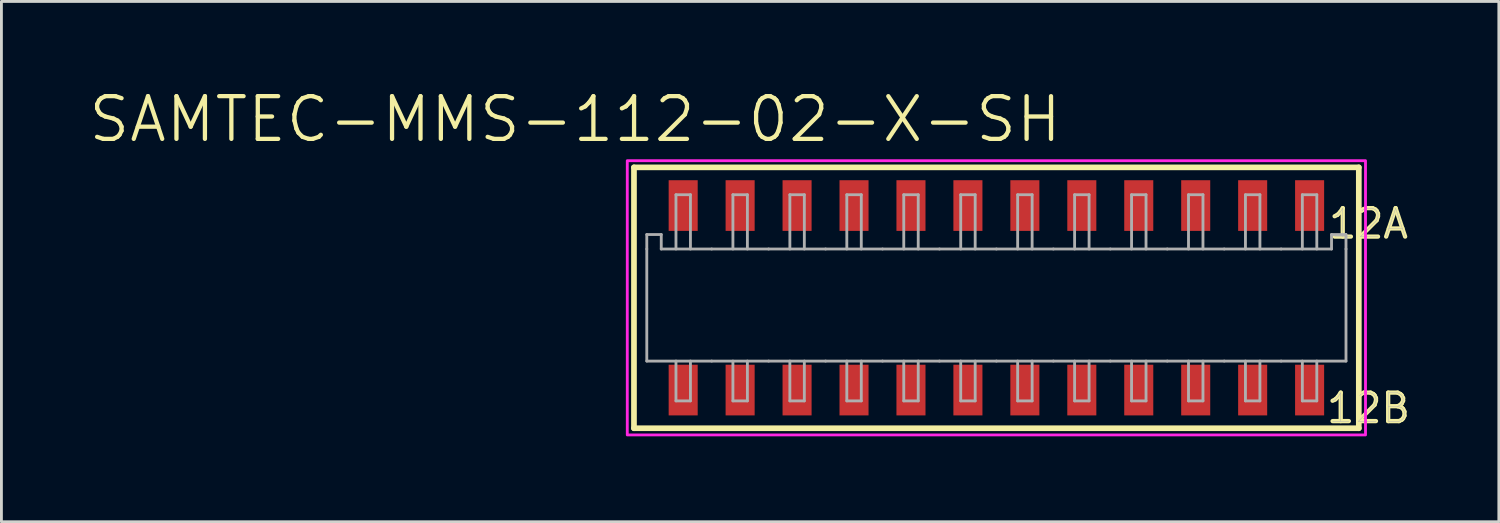
<source format=kicad_pcb>
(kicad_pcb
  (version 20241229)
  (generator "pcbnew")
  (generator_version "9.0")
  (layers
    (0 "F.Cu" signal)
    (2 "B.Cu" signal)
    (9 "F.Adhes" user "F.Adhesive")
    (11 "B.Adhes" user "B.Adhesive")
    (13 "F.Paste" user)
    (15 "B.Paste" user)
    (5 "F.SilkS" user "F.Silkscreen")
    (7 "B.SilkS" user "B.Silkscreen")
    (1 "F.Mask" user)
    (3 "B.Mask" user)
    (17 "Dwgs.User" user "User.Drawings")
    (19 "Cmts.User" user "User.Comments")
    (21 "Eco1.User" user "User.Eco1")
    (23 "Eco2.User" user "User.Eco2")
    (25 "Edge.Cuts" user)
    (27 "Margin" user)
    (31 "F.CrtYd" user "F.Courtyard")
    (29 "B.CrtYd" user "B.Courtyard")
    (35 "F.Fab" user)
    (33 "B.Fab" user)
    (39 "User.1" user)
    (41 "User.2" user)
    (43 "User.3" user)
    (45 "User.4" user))
  (footprint "SAMTEC-MMS-112-02-X-SH"
    (layer "F.Cu")
    (at 31.943 7.409)
    (property "Reference" "SAMTEC-MMS-112-02-X-SH" (at -14.796 -6.268 0) (layer "F.SilkS") (effects (font (size 1.5 1.5) (thickness 0.15))))
    (fp_poly (pts (xy -11.561 -4.181) (xy -10.439 -4.181) (xy -10.439 -2.299) (xy -11.561 -2.299)) (stroke (width 0.01) (type solid)) (fill yes) (layer "F.Mask"))
    (fp_poly (pts (xy -11.561 2.299) (xy -10.439 2.299) (xy -10.439 4.181) (xy -11.561 4.181)) (stroke (width 0.01) (type solid)) (fill yes) (layer "F.Mask"))
    (fp_poly (pts (xy -9.561 -4.181) (xy -8.439 -4.181) (xy -8.439 -2.299) (xy -9.561 -2.299)) (stroke (width 0.01) (type solid)) (fill yes) (layer "F.Mask"))
    (fp_poly (pts (xy -9.561 2.299) (xy -8.439 2.299) (xy -8.439 4.181) (xy -9.561 4.181)) (stroke (width 0.01) (type solid)) (fill yes) (layer "F.Mask"))
    (fp_poly (pts (xy -7.561 -4.181) (xy -6.439 -4.181) (xy -6.439 -2.299) (xy -7.561 -2.299)) (stroke (width 0.01) (type solid)) (fill yes) (layer "F.Mask"))
    (fp_poly (pts (xy -7.561 2.299) (xy -6.439 2.299) (xy -6.439 4.181) (xy -7.561 4.181)) (stroke (width 0.01) (type solid)) (fill yes) (layer "F.Mask"))
    (fp_poly (pts (xy -5.561 -4.181) (xy -4.439 -4.181) (xy -4.439 -2.299) (xy -5.561 -2.299)) (stroke (width 0.01) (type solid)) (fill yes) (layer "F.Mask"))
    (fp_poly (pts (xy -5.561 2.299) (xy -4.439 2.299) (xy -4.439 4.181) (xy -5.561 4.181)) (stroke (width 0.01) (type solid)) (fill yes) (layer "F.Mask"))
    (fp_poly (pts (xy -3.561 -4.181) (xy -2.439 -4.181) (xy -2.439 -2.299) (xy -3.561 -2.299)) (stroke (width 0.01) (type solid)) (fill yes) (layer "F.Mask"))
    (fp_poly (pts (xy -3.561 2.299) (xy -2.439 2.299) (xy -2.439 4.181) (xy -3.561 4.181)) (stroke (width 0.01) (type solid)) (fill yes) (layer "F.Mask"))
    (fp_poly (pts (xy -1.561 -4.181) (xy -0.439 -4.181) (xy -0.439 -2.299) (xy -1.561 -2.299)) (stroke (width 0.01) (type solid)) (fill yes) (layer "F.Mask"))
    (fp_poly (pts (xy -1.561 2.299) (xy -0.439 2.299) (xy -0.439 4.181) (xy -1.561 4.181)) (stroke (width 0.01) (type solid)) (fill yes) (layer "F.Mask"))
    (fp_poly (pts (xy 0.439 -4.181) (xy 1.561 -4.181) (xy 1.561 -2.299) (xy 0.439 -2.299)) (stroke (width 0.01) (type solid)) (fill yes) (layer "F.Mask"))
    (fp_poly (pts (xy 0.439 2.299) (xy 1.561 2.299) (xy 1.561 4.181) (xy 0.439 4.181)) (stroke (width 0.01) (type solid)) (fill yes) (layer "F.Mask"))
    (fp_poly (pts (xy 2.439 -4.181) (xy 3.561 -4.181) (xy 3.561 -2.299) (xy 2.439 -2.299)) (stroke (width 0.01) (type solid)) (fill yes) (layer "F.Mask"))
    (fp_poly (pts (xy 2.439 2.299) (xy 3.561 2.299) (xy 3.561 4.181) (xy 2.439 4.181)) (stroke (width 0.01) (type solid)) (fill yes) (layer "F.Mask"))
    (fp_poly (pts (xy 4.439 -4.181) (xy 5.561 -4.181) (xy 5.561 -2.299) (xy 4.439 -2.299)) (stroke (width 0.01) (type solid)) (fill yes) (layer "F.Mask"))
    (fp_poly (pts (xy 4.439 2.299) (xy 5.561 2.299) (xy 5.561 4.181) (xy 4.439 4.181)) (stroke (width 0.01) (type solid)) (fill yes) (layer "F.Mask"))
    (fp_poly (pts (xy 6.439 -4.181) (xy 7.561 -4.181) (xy 7.561 -2.299) (xy 6.439 -2.299)) (stroke (width 0.01) (type solid)) (fill yes) (layer "F.Mask"))
    (fp_poly (pts (xy 6.439 2.299) (xy 7.561 2.299) (xy 7.561 4.181) (xy 6.439 4.181)) (stroke (width 0.01) (type solid)) (fill yes) (layer "F.Mask"))
    (fp_poly (pts (xy 8.439 -4.181) (xy 9.561 -4.181) (xy 9.561 -2.299) (xy 8.439 -2.299)) (stroke (width 0.01) (type solid)) (fill yes) (layer "F.Mask"))
    (fp_poly (pts (xy 8.439 2.299) (xy 9.561 2.299) (xy 9.561 4.181) (xy 8.439 4.181)) (stroke (width 0.01) (type solid)) (fill yes) (layer "F.Mask"))
    (fp_poly (pts (xy 10.439 -4.181) (xy 11.561 -4.181) (xy 11.561 -2.299) (xy 10.439 -2.299)) (stroke (width 0.01) (type solid)) (fill yes) (layer "F.Mask"))
    (fp_poly (pts (xy 10.439 2.299) (xy 11.561 2.299) (xy 11.561 4.181) (xy 10.439 4.181)) (stroke (width 0.01) (type solid)) (fill yes) (layer "F.Mask"))
    (fp_line (start -12.728 -4.581) (end -12.728 4.581) (stroke (width 0.2) (type solid)) (layer "F.SilkS"))
    (fp_line (start -12.728 4.581) (end 12.728 4.581) (stroke (width 0.2) (type solid)) (layer "F.SilkS"))
    (fp_line (start 12.728 -4.581) (end -12.728 -4.581) (stroke (width 0.2) (type solid)) (layer "F.SilkS"))
    (fp_line (start 12.728 4.581) (end 12.728 -4.581) (stroke (width 0.2) (type solid)) (layer "F.SilkS"))
    (fp_poly (pts (xy -11.51 -4.13) (xy -10.49 -4.13) (xy -10.49 -2.35) (xy -11.51 -2.35)) (stroke (width 0.01) (type solid)) (fill yes) (layer "F.Paste"))
    (fp_poly (pts (xy -11.51 2.35) (xy -10.49 2.35) (xy -10.49 4.13) (xy -11.51 4.13)) (stroke (width 0.01) (type solid)) (fill yes) (layer "F.Paste"))
    (fp_poly (pts (xy -9.51 -4.13) (xy -8.49 -4.13) (xy -8.49 -2.35) (xy -9.51 -2.35)) (stroke (width 0.01) (type solid)) (fill yes) (layer "F.Paste"))
    (fp_poly (pts (xy -9.51 2.35) (xy -8.49 2.35) (xy -8.49 4.13) (xy -9.51 4.13)) (stroke (width 0.01) (type solid)) (fill yes) (layer "F.Paste"))
    (fp_poly (pts (xy -7.51 -4.13) (xy -6.49 -4.13) (xy -6.49 -2.35) (xy -7.51 -2.35)) (stroke (width 0.01) (type solid)) (fill yes) (layer "F.Paste"))
    (fp_poly (pts (xy -7.51 2.35) (xy -6.49 2.35) (xy -6.49 4.13) (xy -7.51 4.13)) (stroke (width 0.01) (type solid)) (fill yes) (layer "F.Paste"))
    (fp_poly (pts (xy -5.51 -4.13) (xy -4.49 -4.13) (xy -4.49 -2.35) (xy -5.51 -2.35)) (stroke (width 0.01) (type solid)) (fill yes) (layer "F.Paste"))
    (fp_poly (pts (xy -5.51 2.35) (xy -4.49 2.35) (xy -4.49 4.13) (xy -5.51 4.13)) (stroke (width 0.01) (type solid)) (fill yes) (layer "F.Paste"))
    (fp_poly (pts (xy -3.51 -4.13) (xy -2.49 -4.13) (xy -2.49 -2.35) (xy -3.51 -2.35)) (stroke (width 0.01) (type solid)) (fill yes) (layer "F.Paste"))
    (fp_poly (pts (xy -3.51 2.35) (xy -2.49 2.35) (xy -2.49 4.13) (xy -3.51 4.13)) (stroke (width 0.01) (type solid)) (fill yes) (layer "F.Paste"))
    (fp_poly (pts (xy -1.51 -4.13) (xy -0.49 -4.13) (xy -0.49 -2.35) (xy -1.51 -2.35)) (stroke (width 0.01) (type solid)) (fill yes) (layer "F.Paste"))
    (fp_poly (pts (xy -1.51 2.35) (xy -0.49 2.35) (xy -0.49 4.13) (xy -1.51 4.13)) (stroke (width 0.01) (type solid)) (fill yes) (layer "F.Paste"))
    (fp_poly (pts (xy 0.49 -4.13) (xy 1.51 -4.13) (xy 1.51 -2.35) (xy 0.49 -2.35)) (stroke (width 0.01) (type solid)) (fill yes) (layer "F.Paste"))
    (fp_poly (pts (xy 0.49 2.35) (xy 1.51 2.35) (xy 1.51 4.13) (xy 0.49 4.13)) (stroke (width 0.01) (type solid)) (fill yes) (layer "F.Paste"))
    (fp_poly (pts (xy 2.49 -4.13) (xy 3.51 -4.13) (xy 3.51 -2.35) (xy 2.49 -2.35)) (stroke (width 0.01) (type solid)) (fill yes) (layer "F.Paste"))
    (fp_poly (pts (xy 2.49 2.35) (xy 3.51 2.35) (xy 3.51 4.13) (xy 2.49 4.13)) (stroke (width 0.01) (type solid)) (fill yes) (layer "F.Paste"))
    (fp_poly (pts (xy 4.49 -4.13) (xy 5.51 -4.13) (xy 5.51 -2.35) (xy 4.49 -2.35)) (stroke (width 0.01) (type solid)) (fill yes) (layer "F.Paste"))
    (fp_poly (pts (xy 4.49 2.35) (xy 5.51 2.35) (xy 5.51 4.13) (xy 4.49 4.13)) (stroke (width 0.01) (type solid)) (fill yes) (layer "F.Paste"))
    (fp_poly (pts (xy 6.49 -4.13) (xy 7.51 -4.13) (xy 7.51 -2.35) (xy 6.49 -2.35)) (stroke (width 0.01) (type solid)) (fill yes) (layer "F.Paste"))
    (fp_poly (pts (xy 6.49 2.35) (xy 7.51 2.35) (xy 7.51 4.13) (xy 6.49 4.13)) (stroke (width 0.01) (type solid)) (fill yes) (layer "F.Paste"))
    (fp_poly (pts (xy 8.49 -4.13) (xy 9.51 -4.13) (xy 9.51 -2.35) (xy 8.49 -2.35)) (stroke (width 0.01) (type solid)) (fill yes) (layer "F.Paste"))
    (fp_poly (pts (xy 8.49 2.35) (xy 9.51 2.35) (xy 9.51 4.13) (xy 8.49 4.13)) (stroke (width 0.01) (type solid)) (fill yes) (layer "F.Paste"))
    (fp_poly (pts (xy 10.49 -4.13) (xy 11.51 -4.13) (xy 11.51 -2.35) (xy 10.49 -2.35)) (stroke (width 0.01) (type solid)) (fill yes) (layer "F.Paste"))
    (fp_poly (pts (xy 10.49 2.35) (xy 11.51 2.35) (xy 11.51 4.13) (xy 10.49 4.13)) (stroke (width 0.01) (type solid)) (fill yes) (layer "F.Paste"))
    (fp_poly (pts (xy -12.963 4.816) (xy -12.963 -4.816) (xy 12.963 -4.816) (xy 12.963 4.816) (xy -12.963 4.816)) (stroke (width 0.1) (type solid)) (fill no) (layer "F.CrtYd"))
    (fp_line (start -12.278 -2.222) (end -11.77 -2.222) (stroke (width 0.1) (type solid)) (layer "F.Fab"))
    (fp_line (start -12.278 -1.714) (end -12.278 -2.222) (stroke (width 0.1) (type solid)) (layer "F.Fab"))
    (fp_line (start -12.278 2.222) (end -12.278 -1.714) (stroke (width 0.1) (type solid)) (layer "F.Fab"))
    (fp_line (start -11.77 -2.222) (end -11.77 -1.714) (stroke (width 0.1) (type solid)) (layer "F.Fab"))
    (fp_line (start -11.77 -1.714) (end -9.999 -1.714) (stroke (width 0.1) (type solid)) (layer "F.Fab"))
    (fp_line (start -11.253 -3.62) (end -10.745 -3.62) (stroke (width 0.1) (type solid)) (layer "F.Fab"))
    (fp_line (start -11.253 -1.714) (end -11.253 -3.62) (stroke (width 0.1) (type solid)) (layer "F.Fab"))
    (fp_line (start -11.253 2.222) (end -11.253 3.62) (stroke (width 0.1) (type solid)) (layer "F.Fab"))
    (fp_line (start -11.253 3.62) (end -10.745 3.62) (stroke (width 0.1) (type solid)) (layer "F.Fab"))
    (fp_line (start -10.745 -3.62) (end -10.745 -1.714) (stroke (width 0.1) (type solid)) (layer "F.Fab"))
    (fp_line (start -10.745 3.62) (end -10.745 2.222) (stroke (width 0.1) (type solid)) (layer "F.Fab"))
    (fp_line (start -9.999 2.222) (end -12.278 2.222) (stroke (width 0.1) (type solid)) (layer "F.Fab"))
    (fp_line (start -9.253 -3.62) (end -8.745 -3.62) (stroke (width 0.1) (type solid)) (layer "F.Fab"))
    (fp_line (start -9.253 -1.714) (end -9.253 -3.62) (stroke (width 0.1) (type solid)) (layer "F.Fab"))
    (fp_line (start -9.253 2.222) (end -9.253 3.62) (stroke (width 0.1) (type solid)) (layer "F.Fab"))
    (fp_line (start -9.253 3.62) (end -8.745 3.62) (stroke (width 0.1) (type solid)) (layer "F.Fab"))
    (fp_line (start -8.745 -3.62) (end -8.745 -1.714) (stroke (width 0.1) (type solid)) (layer "F.Fab"))
    (fp_line (start -8.745 3.62) (end -8.745 2.222) (stroke (width 0.1) (type solid)) (layer "F.Fab"))
    (fp_line (start -7.999 -1.714) (end -9.999 -1.714) (stroke (width 0.1) (type solid)) (layer "F.Fab"))
    (fp_line (start -7.999 2.222) (end -9.999 2.222) (stroke (width 0.1) (type solid)) (layer "F.Fab"))
    (fp_line (start -7.253 -3.62) (end -6.745 -3.62) (stroke (width 0.1) (type solid)) (layer "F.Fab"))
    (fp_line (start -7.253 -1.714) (end -7.253 -3.62) (stroke (width 0.1) (type solid)) (layer "F.Fab"))
    (fp_line (start -7.253 2.222) (end -7.253 3.62) (stroke (width 0.1) (type solid)) (layer "F.Fab"))
    (fp_line (start -7.253 3.62) (end -6.745 3.62) (stroke (width 0.1) (type solid)) (layer "F.Fab"))
    (fp_line (start -6.745 -3.62) (end -6.745 -1.714) (stroke (width 0.1) (type solid)) (layer "F.Fab"))
    (fp_line (start -6.745 3.62) (end -6.745 2.222) (stroke (width 0.1) (type solid)) (layer "F.Fab"))
    (fp_line (start -5.999 -1.714) (end -7.999 -1.714) (stroke (width 0.1) (type solid)) (layer "F.Fab"))
    (fp_line (start -5.999 2.222) (end -7.999 2.222) (stroke (width 0.1) (type solid)) (layer "F.Fab"))
    (fp_line (start -5.253 -3.62) (end -4.745 -3.62) (stroke (width 0.1) (type solid)) (layer "F.Fab"))
    (fp_line (start -5.253 -1.714) (end -5.253 -3.62) (stroke (width 0.1) (type solid)) (layer "F.Fab"))
    (fp_line (start -5.253 2.222) (end -5.253 3.62) (stroke (width 0.1) (type solid)) (layer "F.Fab"))
    (fp_line (start -5.253 3.62) (end -4.745 3.62) (stroke (width 0.1) (type solid)) (layer "F.Fab"))
    (fp_line (start -4.745 -3.62) (end -4.745 -1.714) (stroke (width 0.1) (type solid)) (layer "F.Fab"))
    (fp_line (start -4.745 3.62) (end -4.745 2.222) (stroke (width 0.1) (type solid)) (layer "F.Fab"))
    (fp_line (start -3.999 -1.714) (end -5.999 -1.714) (stroke (width 0.1) (type solid)) (layer "F.Fab"))
    (fp_line (start -3.999 2.222) (end -5.999 2.222) (stroke (width 0.1) (type solid)) (layer "F.Fab"))
    (fp_line (start -3.253 -3.62) (end -2.745 -3.62) (stroke (width 0.1) (type solid)) (layer "F.Fab"))
    (fp_line (start -3.253 -1.714) (end -3.253 -3.62) (stroke (width 0.1) (type solid)) (layer "F.Fab"))
    (fp_line (start -3.253 2.222) (end -3.253 3.62) (stroke (width 0.1) (type solid)) (layer "F.Fab"))
    (fp_line (start -3.253 3.62) (end -2.745 3.62) (stroke (width 0.1) (type solid)) (layer "F.Fab"))
    (fp_line (start -2.745 -3.62) (end -2.745 -1.714) (stroke (width 0.1) (type solid)) (layer "F.Fab"))
    (fp_line (start -2.745 3.62) (end -2.745 2.222) (stroke (width 0.1) (type solid)) (layer "F.Fab"))
    (fp_line (start -1.999 -1.714) (end -3.999 -1.714) (stroke (width 0.1) (type solid)) (layer "F.Fab"))
    (fp_line (start -1.999 2.222) (end -3.999 2.222) (stroke (width 0.1) (type solid)) (layer "F.Fab"))
    (fp_line (start -1.253 -3.62) (end -0.745 -3.62) (stroke (width 0.1) (type solid)) (layer "F.Fab"))
    (fp_line (start -1.253 -1.714) (end -1.253 -3.62) (stroke (width 0.1) (type solid)) (layer "F.Fab"))
    (fp_line (start -1.253 2.222) (end -1.253 3.62) (stroke (width 0.1) (type solid)) (layer "F.Fab"))
    (fp_line (start -1.253 3.62) (end -0.745 3.62) (stroke (width 0.1) (type solid)) (layer "F.Fab"))
    (fp_line (start -0.745 -3.62) (end -0.745 -1.714) (stroke (width 0.1) (type solid)) (layer "F.Fab"))
    (fp_line (start -0.745 3.62) (end -0.745 2.222) (stroke (width 0.1) (type solid)) (layer "F.Fab"))
    (fp_line (start 0.001 -1.714) (end -1.999 -1.714) (stroke (width 0.1) (type solid)) (layer "F.Fab"))
    (fp_line (start 0.001 2.222) (end -1.999 2.222) (stroke (width 0.1) (type solid)) (layer "F.Fab"))
    (fp_line (start 0.747 -3.62) (end 1.255 -3.62) (stroke (width 0.1) (type solid)) (layer "F.Fab"))
    (fp_line (start 0.747 -1.714) (end 0.747 -3.62) (stroke (width 0.1) (type solid)) (layer "F.Fab"))
    (fp_line (start 0.747 2.222) (end 0.747 3.62) (stroke (width 0.1) (type solid)) (layer "F.Fab"))
    (fp_line (start 0.747 3.62) (end 1.255 3.62) (stroke (width 0.1) (type solid)) (layer "F.Fab"))
    (fp_line (start 1.255 -3.62) (end 1.255 -1.714) (stroke (width 0.1) (type solid)) (layer "F.Fab"))
    (fp_line (start 1.255 3.62) (end 1.255 2.222) (stroke (width 0.1) (type solid)) (layer "F.Fab"))
    (fp_line (start 2.001 -1.714) (end 0.001 -1.714) (stroke (width 0.1) (type solid)) (layer "F.Fab"))
    (fp_line (start 2.001 2.222) (end 0.001 2.222) (stroke (width 0.1) (type solid)) (layer "F.Fab"))
    (fp_line (start 2.747 -3.62) (end 3.255 -3.62) (stroke (width 0.1) (type solid)) (layer "F.Fab"))
    (fp_line (start 2.747 -1.714) (end 2.747 -3.62) (stroke (width 0.1) (type solid)) (layer "F.Fab"))
    (fp_line (start 2.747 2.222) (end 2.747 3.62) (stroke (width 0.1) (type solid)) (layer "F.Fab"))
    (fp_line (start 2.747 3.62) (end 3.255 3.62) (stroke (width 0.1) (type solid)) (layer "F.Fab"))
    (fp_line (start 3.255 -3.62) (end 3.255 -1.714) (stroke (width 0.1) (type solid)) (layer "F.Fab"))
    (fp_line (start 3.255 3.62) (end 3.255 2.222) (stroke (width 0.1) (type solid)) (layer "F.Fab"))
    (fp_line (start 4.001 -1.714) (end 2.001 -1.714) (stroke (width 0.1) (type solid)) (layer "F.Fab"))
    (fp_line (start 4.001 2.222) (end 2.001 2.222) (stroke (width 0.1) (type solid)) (layer "F.Fab"))
    (fp_line (start 4.747 -3.62) (end 5.255 -3.62) (stroke (width 0.1) (type solid)) (layer "F.Fab"))
    (fp_line (start 4.747 -1.714) (end 4.747 -3.62) (stroke (width 0.1) (type solid)) (layer "F.Fab"))
    (fp_line (start 4.747 2.222) (end 4.747 3.62) (stroke (width 0.1) (type solid)) (layer "F.Fab"))
    (fp_line (start 4.747 3.62) (end 5.255 3.62) (stroke (width 0.1) (type solid)) (layer "F.Fab"))
    (fp_line (start 5.255 -3.62) (end 5.255 -1.714) (stroke (width 0.1) (type solid)) (layer "F.Fab"))
    (fp_line (start 5.255 3.62) (end 5.255 2.222) (stroke (width 0.1) (type solid)) (layer "F.Fab"))
    (fp_line (start 6.001 -1.714) (end 4.001 -1.714) (stroke (width 0.1) (type solid)) (layer "F.Fab"))
    (fp_line (start 6.001 2.222) (end 4.001 2.222) (stroke (width 0.1) (type solid)) (layer "F.Fab"))
    (fp_line (start 6.747 -3.62) (end 7.255 -3.62) (stroke (width 0.1) (type solid)) (layer "F.Fab"))
    (fp_line (start 6.747 -1.714) (end 6.747 -3.62) (stroke (width 0.1) (type solid)) (layer "F.Fab"))
    (fp_line (start 6.747 2.222) (end 6.747 3.62) (stroke (width 0.1) (type solid)) (layer "F.Fab"))
    (fp_line (start 6.747 3.62) (end 7.255 3.62) (stroke (width 0.1) (type solid)) (layer "F.Fab"))
    (fp_line (start 7.255 -3.62) (end 7.255 -1.714) (stroke (width 0.1) (type solid)) (layer "F.Fab"))
    (fp_line (start 7.255 3.62) (end 7.255 2.222) (stroke (width 0.1) (type solid)) (layer "F.Fab"))
    (fp_line (start 8.001 -1.714) (end 6.001 -1.714) (stroke (width 0.1) (type solid)) (layer "F.Fab"))
    (fp_line (start 8.001 2.222) (end 6.001 2.222) (stroke (width 0.1) (type solid)) (layer "F.Fab"))
    (fp_line (start 8.747 -3.62) (end 9.255 -3.62) (stroke (width 0.1) (type solid)) (layer "F.Fab"))
    (fp_line (start 8.747 -1.714) (end 8.747 -3.62) (stroke (width 0.1) (type solid)) (layer "F.Fab"))
    (fp_line (start 8.747 2.222) (end 8.747 3.62) (stroke (width 0.1) (type solid)) (layer "F.Fab"))
    (fp_line (start 8.747 3.62) (end 9.255 3.62) (stroke (width 0.1) (type solid)) (layer "F.Fab"))
    (fp_line (start 9.255 -3.62) (end 9.255 -1.714) (stroke (width 0.1) (type solid)) (layer "F.Fab"))
    (fp_line (start 9.255 3.62) (end 9.255 2.222) (stroke (width 0.1) (type solid)) (layer "F.Fab"))
    (fp_line (start 9.999 2.222) (end 12.278 2.222) (stroke (width 0.1) (type solid)) (layer "F.Fab"))
    (fp_line (start 10.001 -1.714) (end 8.001 -1.714) (stroke (width 0.1) (type solid)) (layer "F.Fab"))
    (fp_line (start 10.001 2.222) (end 8.001 2.222) (stroke (width 0.1) (type solid)) (layer "F.Fab"))
    (fp_line (start 10.745 -3.62) (end 10.745 -1.714) (stroke (width 0.1) (type solid)) (layer "F.Fab"))
    (fp_line (start 10.745 3.62) (end 10.745 2.222) (stroke (width 0.1) (type solid)) (layer "F.Fab"))
    (fp_line (start 11.253 -3.62) (end 10.745 -3.62) (stroke (width 0.1) (type solid)) (layer "F.Fab"))
    (fp_line (start 11.253 -1.714) (end 11.253 -3.62) (stroke (width 0.1) (type solid)) (layer "F.Fab"))
    (fp_line (start 11.253 2.222) (end 11.253 3.62) (stroke (width 0.1) (type solid)) (layer "F.Fab"))
    (fp_line (start 11.253 3.62) (end 10.745 3.62) (stroke (width 0.1) (type solid)) (layer "F.Fab"))
    (fp_line (start 11.77 -2.222) (end 11.77 -1.714) (stroke (width 0.1) (type solid)) (layer "F.Fab"))
    (fp_line (start 11.77 -1.714) (end 9.999 -1.714) (stroke (width 0.1) (type solid)) (layer "F.Fab"))
    (fp_line (start 12.278 -2.222) (end 11.77 -2.222) (stroke (width 0.1) (type solid)) (layer "F.Fab"))
    (fp_line (start 12.278 -1.714) (end 12.278 -2.222) (stroke (width 0.1) (type solid)) (layer "F.Fab"))
    (fp_line (start 12.278 2.222) (end 12.278 -1.714) (stroke (width 0.1) (type solid)) (layer "F.Fab"))
    (fp_text user "12B" (at 13.069 3.875 0) (layer "F.SilkS") (effects (font (size 1 1) (thickness 0.15))))
    (fp_text user "12A" (at 13.069 -2.605 0) (layer "F.SilkS") (effects (font (size 1 1) (thickness 0.15))))
    (fp_text user "12B" (at 13.069 3.875 0) (layer "F.Fab") (effects (font (size 1 1) (thickness 0.015))))
    (fp_text user "12A" (at 13.069 -2.605 0) (layer "F.Fab") (effects (font (size 1 1) (thickness 0.015))))
    (pad "1A" smd rect (at -11 -3.24) (size 1.02 1.78) (layers "F.Cu" "F.Paste"))
    (pad "1B" smd rect (at -11 3.24) (size 1.02 1.78) (layers "F.Cu" "F.Paste"))
    (pad "2A" smd rect (at -9 -3.24) (size 1.02 1.78) (layers "F.Cu" "F.Paste"))
    (pad "2B" smd rect (at -9 3.24) (size 1.02 1.78) (layers "F.Cu" "F.Paste"))
    (pad "3A" smd rect (at -7 -3.24) (size 1.02 1.78) (layers "F.Cu" "F.Paste"))
    (pad "3B" smd rect (at -7 3.24) (size 1.02 1.78) (layers "F.Cu" "F.Paste"))
    (pad "4A" smd rect (at -5 -3.24) (size 1.02 1.78) (layers "F.Cu" "F.Paste"))
    (pad "4B" smd rect (at -5 3.24) (size 1.02 1.78) (layers "F.Cu" "F.Paste"))
    (pad "5A" smd rect (at -3 -3.24) (size 1.02 1.78) (layers "F.Cu" "F.Paste"))
    (pad "5B" smd rect (at -3 3.24) (size 1.02 1.78) (layers "F.Cu" "F.Paste"))
    (pad "6A" smd rect (at -1 -3.24) (size 1.02 1.78) (layers "F.Cu" "F.Paste"))
    (pad "6B" smd rect (at -1 3.24) (size 1.02 1.78) (layers "F.Cu" "F.Paste"))
    (pad "7A" smd rect (at 1 -3.24) (size 1.02 1.78) (layers "F.Cu" "F.Paste"))
    (pad "7B" smd rect (at 1 3.24) (size 1.02 1.78) (layers "F.Cu" "F.Paste"))
    (pad "8A" smd rect (at 3 -3.24) (size 1.02 1.78) (layers "F.Cu" "F.Paste"))
    (pad "8B" smd rect (at 3 3.24) (size 1.02 1.78) (layers "F.Cu" "F.Paste"))
    (pad "9A" smd rect (at 5 -3.24) (size 1.02 1.78) (layers "F.Cu" "F.Paste"))
    (pad "9B" smd rect (at 5 3.24) (size 1.02 1.78) (layers "F.Cu" "F.Paste"))
    (pad "10A" smd rect (at 7 -3.24) (size 1.02 1.78) (layers "F.Cu" "F.Paste"))
    (pad "10B" smd rect (at 7 3.24) (size 1.02 1.78) (layers "F.Cu" "F.Paste"))
    (pad "11A" smd rect (at 9 -3.24) (size 1.02 1.78) (layers "F.Cu" "F.Paste"))
    (pad "11B" smd rect (at 9 3.24) (size 1.02 1.78) (layers "F.Cu" "F.Paste"))
    (pad "12A" smd rect (at 11 -3.24) (size 1.02 1.78) (layers "F.Cu" "F.Paste"))
    (pad "12B" smd rect (at 11 3.24) (size 1.02 1.78) (layers "F.Cu" "F.Paste")))
  (gr_rect
    (start -3 -3)
    (end 49.589 15.275)
    (stroke (width 0.1) (type default))
    (fill no)
    (layer "Edge.Cuts")))
</source>
